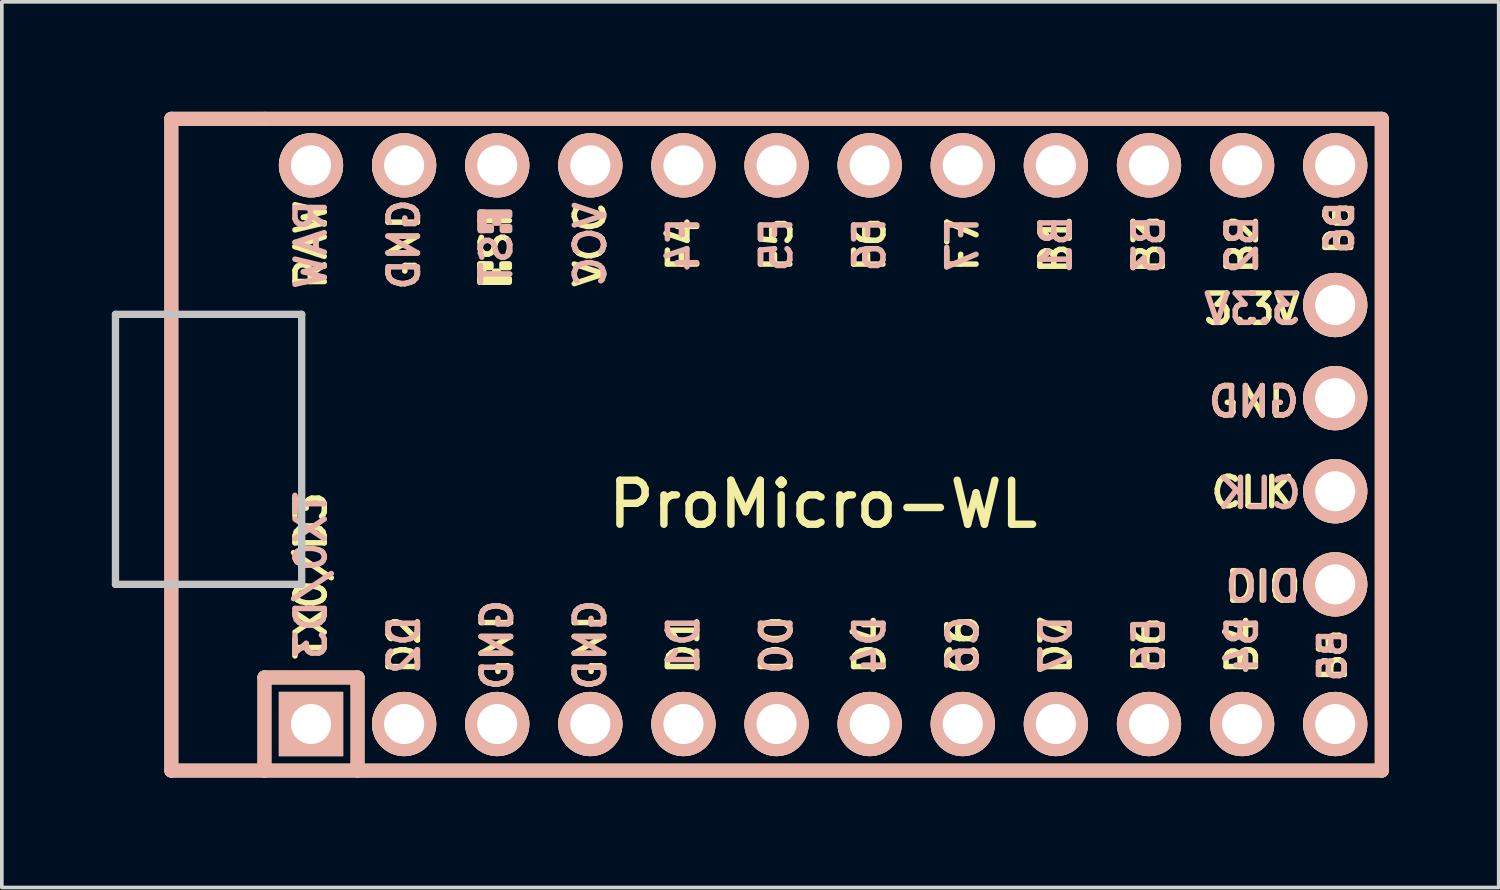
<source format=kicad_pcb>
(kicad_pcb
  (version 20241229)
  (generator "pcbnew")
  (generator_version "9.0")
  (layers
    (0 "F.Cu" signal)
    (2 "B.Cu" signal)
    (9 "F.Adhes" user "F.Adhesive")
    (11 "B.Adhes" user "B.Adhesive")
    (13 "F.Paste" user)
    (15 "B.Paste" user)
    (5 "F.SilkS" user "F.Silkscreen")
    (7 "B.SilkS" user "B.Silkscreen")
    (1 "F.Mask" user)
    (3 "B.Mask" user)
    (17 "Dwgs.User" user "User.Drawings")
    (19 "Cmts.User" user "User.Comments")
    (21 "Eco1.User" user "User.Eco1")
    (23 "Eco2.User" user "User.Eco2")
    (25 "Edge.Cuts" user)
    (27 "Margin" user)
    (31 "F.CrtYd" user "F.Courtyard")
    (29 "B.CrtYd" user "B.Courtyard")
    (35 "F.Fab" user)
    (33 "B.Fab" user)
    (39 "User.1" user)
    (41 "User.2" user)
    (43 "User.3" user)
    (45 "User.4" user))
  (footprint "ProMicro-WL"
    (layer "F.Cu")
    (at 19.404 9.081)
    (property "Reference" "ProMicro-WL" (at 0 1.625 0) (layer "F.SilkS") (effects (font (size 1.2 1.2) (thickness 0.203))))
    (attr through_hole)
    (fp_line (start -17.78 -8.89) (end -17.78 8.89) (stroke (width 0.381) (type solid)) (layer "F.SilkS"))
    (fp_line (start -17.78 8.89) (end -15.24 8.89) (stroke (width 0.381) (type solid)) (layer "F.SilkS"))
    (fp_line (start -15.24 -8.89) (end -17.78 -8.89) (stroke (width 0.381) (type solid)) (layer "F.SilkS"))
    (fp_line (start -15.24 6.35) (end -15.24 8.89) (stroke (width 0.381) (type solid)) (layer "F.SilkS"))
    (fp_line (start -15.24 6.35) (end -12.7 6.35) (stroke (width 0.381) (type solid)) (layer "F.SilkS"))
    (fp_line (start -15.24 8.89) (end 15.24 8.89) (stroke (width 0.381) (type solid)) (layer "F.SilkS"))
    (fp_line (start -12.7 6.35) (end -12.7 8.89) (stroke (width 0.381) (type solid)) (layer "F.SilkS"))
    (fp_line (start 15.24 -8.89) (end -15.24 -8.89) (stroke (width 0.381) (type solid)) (layer "F.SilkS"))
    (fp_line (start 15.24 8.89) (end 15.24 -8.89) (stroke (width 0.381) (type solid)) (layer "F.SilkS"))
    (fp_poly (pts (xy -9.361 -4.932) (xy -9.261 -4.932) (xy -9.261 -4.432) (xy -9.361 -4.432)) (stroke (width 0.15) (type solid)) (fill yes) (layer "F.SilkS"))
    (fp_poly (pts (xy -9.361 -4.932) (xy -9.061 -4.932) (xy -9.061 -4.832) (xy -9.361 -4.832)) (stroke (width 0.15) (type solid)) (fill yes) (layer "F.SilkS"))
    (fp_poly (pts (xy -9.361 -4.532) (xy -8.561 -4.532) (xy -8.561 -4.432) (xy -9.361 -4.432)) (stroke (width 0.15) (type solid)) (fill yes) (layer "F.SilkS"))
    (fp_poly (pts (xy -8.961 -4.732) (xy -8.861 -4.732) (xy -8.861 -4.632) (xy -8.961 -4.632)) (stroke (width 0.15) (type solid)) (fill yes) (layer "F.SilkS"))
    (fp_poly (pts (xy -8.761 -4.932) (xy -8.561 -4.932) (xy -8.561 -4.832) (xy -8.761 -4.832)) (stroke (width 0.15) (type solid)) (fill yes) (layer "F.SilkS"))
    (fp_line (start -17.78 -8.89) (end -17.78 8.89) (stroke (width 0.381) (type solid)) (layer "B.SilkS"))
    (fp_line (start -17.78 8.89) (end 15.24 8.89) (stroke (width 0.381) (type solid)) (layer "B.SilkS"))
    (fp_line (start -15.24 6.35) (end -15.24 8.89) (stroke (width 0.381) (type solid)) (layer "B.SilkS"))
    (fp_line (start -15.24 6.35) (end -12.7 6.35) (stroke (width 0.381) (type solid)) (layer "B.SilkS"))
    (fp_line (start -12.7 6.35) (end -12.7 8.89) (stroke (width 0.381) (type solid)) (layer "B.SilkS"))
    (fp_line (start 15.24 -8.89) (end -17.78 -8.89) (stroke (width 0.381) (type solid)) (layer "B.SilkS"))
    (fp_line (start 15.24 8.89) (end 15.24 -8.89) (stroke (width 0.381) (type solid)) (layer "B.SilkS"))
    (fp_poly (pts (xy -9.351 -6.245) (xy -8.551 -6.245) (xy -8.551 -6.345) (xy -9.351 -6.345)) (stroke (width 0.15) (type solid)) (fill yes) (layer "B.SilkS"))
    (fp_poly (pts (xy -9.351 -5.845) (xy -9.251 -5.845) (xy -9.251 -6.345) (xy -9.351 -6.345)) (stroke (width 0.15) (type solid)) (fill yes) (layer "B.SilkS"))
    (fp_poly (pts (xy -9.351 -5.845) (xy -9.051 -5.845) (xy -9.051 -5.945) (xy -9.351 -5.945)) (stroke (width 0.15) (type solid)) (fill yes) (layer "B.SilkS"))
    (fp_poly (pts (xy -8.951 -6.045) (xy -8.851 -6.045) (xy -8.851 -6.145) (xy -8.951 -6.145)) (stroke (width 0.15) (type solid)) (fill yes) (layer "B.SilkS"))
    (fp_poly (pts (xy -8.751 -5.845) (xy -8.551 -5.845) (xy -8.551 -5.945) (xy -8.751 -5.945)) (stroke (width 0.15) (type solid)) (fill yes) (layer "B.SilkS"))
    (fp_line (start -19.304 -3.556) (end -14.224 -3.556) (stroke (width 0.2) (type solid)) (layer "Dwgs.User"))
    (fp_line (start -19.304 3.81) (end -19.304 -3.556) (stroke (width 0.2) (type solid)) (layer "Dwgs.User"))
    (fp_line (start -14.224 -3.556) (end -14.224 3.81) (stroke (width 0.2) (type solid)) (layer "Dwgs.User"))
    (fp_line (start -14.224 3.81) (end -19.304 3.81) (stroke (width 0.2) (type solid)) (layer "Dwgs.User"))
    (fp_text user "F5" (at -1.27 -5.461 90) (layer "F.SilkS") (effects (font (size 0.8 0.8) (thickness 0.15))))
    (fp_text user "VCC" (at -6.35 -5.461 90) (layer "F.SilkS") (effects (font (size 0.8 0.8) (thickness 0.15))))
    (fp_text user "D4" (at 1.27 5.461 90) (layer "F.SilkS") (effects (font (size 0.8 0.8) (thickness 0.15))))
    (fp_text user "E6" (at 8.89 5.461 90) (layer "F.SilkS") (effects (font (size 0.8 0.8) (thickness 0.15))))
    (fp_text user "B2" (at 11.43 -5.461 90) (layer "F.SilkS") (effects (font (size 0.8 0.8) (thickness 0.15))))
    (fp_text user "ST" (at -8.92 -5.733 90) (layer "F.SilkS") (effects (font (size 0.8 0.8) (thickness 0.15))))
    (fp_text user "TX0/D3" (at -13.97 3.572 90) (layer "F.SilkS") (effects (font (size 0.8 0.8) (thickness 0.15))))
    (fp_text user "D0" (at -1.27 5.461 90) (layer "F.SilkS") (effects (font (size 0.8 0.8) (thickness 0.15))))
    (fp_text user "CLK" (at 11.725 1.3 0) (layer "F.SilkS") (effects (font (size 0.8 0.8) (thickness 0.15))))
    (fp_text user "B3" (at 8.89 -5.461 90) (layer "F.SilkS") (effects (font (size 0.8 0.8) (thickness 0.15))))
    (fp_text user "C6" (at 3.81 5.461 90) (layer "F.SilkS") (effects (font (size 0.8 0.8) (thickness 0.15))))
    (fp_text user "D1" (at -3.81 5.461 90) (layer "F.SilkS") (effects (font (size 0.8 0.8) (thickness 0.15))))
    (fp_text user "B4" (at 11.43 5.461 90) (layer "F.SilkS") (effects (font (size 0.8 0.8) (thickness 0.15))))
    (fp_text user "3.3V" (at 11.7 -3.7 180) (layer "F.SilkS") (effects (font (size 0.8 0.8) (thickness 0.15))))
    (fp_text user "GND" (at -11.43 -5.461 90) (layer "F.SilkS") (effects (font (size 0.8 0.8) (thickness 0.15))))
    (fp_text user "B1" (at 6.35 -5.461 90) (layer "F.SilkS") (effects (font (size 0.8 0.8) (thickness 0.15))))
    (fp_text user "GND" (at 11.75 -1.175 0) (layer "F.SilkS") (effects (font (size 0.8 0.8) (thickness 0.15))))
    (fp_text user "B5" (at 13.9 5.75 90) (layer "F.SilkS") (effects (font (size 0.7 0.7) (thickness 0.15))))
    (fp_text user "F7" (at 3.81 -5.461 90) (layer "F.SilkS") (effects (font (size 0.8 0.8) (thickness 0.15))))
    (fp_text user "B6" (at 14.075 -5.9 90) (unlocked yes) (layer "F.SilkS") (effects (font (size 0.7 0.7) (thickness 0.15))))
    (fp_text user "GND" (at -6.35 5.461 90) (layer "F.SilkS") (effects (font (size 0.8 0.8) (thickness 0.15))))
    (fp_text user "D2" (at -11.43 5.461 90) (layer "F.SilkS") (effects (font (size 0.8 0.8) (thickness 0.15))))
    (fp_text user "DIO" (at 12 3.875 0) (layer "F.SilkS") (effects (font (size 0.8 0.8) (thickness 0.15))))
    (fp_text user "RAW" (at -13.97 -5.461 90) (layer "F.SilkS") (effects (font (size 0.8 0.8) (thickness 0.15))))
    (fp_text user "F4" (at -3.81 -5.461 90) (layer "F.SilkS") (effects (font (size 0.8 0.8) (thickness 0.15))))
    (fp_text user "GND" (at -8.89 5.461 90) (layer "F.SilkS") (effects (font (size 0.8 0.8) (thickness 0.15))))
    (fp_text user "F6" (at 1.27 -5.461 90) (layer "F.SilkS") (effects (font (size 0.8 0.8) (thickness 0.15))))
    (fp_text user "D7" (at 6.35 5.461 90) (layer "F.SilkS") (effects (font (size 0.8 0.8) (thickness 0.15))))
    (fp_text user "GND" (at -11.43 -5.461 90) (layer "B.SilkS") (effects (font (size 0.8 0.8) (thickness 0.15)) (justify mirror)))
    (fp_text user "GND" (at 11.75 -1.175 0) (layer "B.SilkS") (effects (font (size 0.8 0.8) (thickness 0.15)) (justify mirror)))
    (fp_text user "F5" (at -1.27 -5.461 90) (layer "B.SilkS") (effects (font (size 0.8 0.8) (thickness 0.15)) (justify mirror)))
    (fp_text user "C6" (at 3.81 5.461 90) (layer "B.SilkS") (effects (font (size 0.8 0.8) (thickness 0.15)) (justify mirror)))
    (fp_text user "D4" (at 1.27 5.461 90) (layer "B.SilkS") (effects (font (size 0.8 0.8) (thickness 0.15)) (justify mirror)))
    (fp_text user "F6" (at 1.27 -5.461 90) (layer "B.SilkS") (effects (font (size 0.8 0.8) (thickness 0.15)) (justify mirror)))
    (fp_text user "B3" (at 8.89 -5.461 90) (layer "B.SilkS") (effects (font (size 0.8 0.8) (thickness 0.15)) (justify mirror)))
    (fp_text user "3.3V" (at 11.7 -3.7 180) (layer "B.SilkS") (effects (font (size 0.8 0.8) (thickness 0.15)) (justify mirror)))
    (fp_text user "D1" (at -3.81 5.461 90) (layer "B.SilkS") (effects (font (size 0.8 0.8) (thickness 0.15)) (justify mirror)))
    (fp_text user "B1" (at 6.35 -5.461 90) (layer "B.SilkS") (effects (font (size 0.8 0.8) (thickness 0.15)) (justify mirror)))
    (fp_text user "B5" (at 13.9 5.75 90) (layer "B.SilkS") (effects (font (size 0.7 0.7) (thickness 0.15)) (justify mirror)))
    (fp_text user "GND" (at -6.35 5.461 90) (layer "B.SilkS") (effects (font (size 0.8 0.8) (thickness 0.15)) (justify mirror)))
    (fp_text user "E6" (at 8.89 5.461 90) (layer "B.SilkS") (effects (font (size 0.8 0.8) (thickness 0.15)) (justify mirror)))
    (fp_text user "B4" (at 11.43 5.461 90) (layer "B.SilkS") (effects (font (size 0.8 0.8) (thickness 0.15)) (justify mirror)))
    (fp_text user "RAW" (at -13.97 -5.461 90) (layer "B.SilkS") (effects (font (size 0.8 0.8) (thickness 0.15)) (justify mirror)))
    (fp_text user "ST" (at -8.91 -5.04 90) (layer "B.SilkS") (effects (font (size 0.8 0.8) (thickness 0.15)) (justify mirror)))
    (fp_text user "D7" (at 6.35 5.461 90) (layer "B.SilkS") (effects (font (size 0.8 0.8) (thickness 0.15)) (justify mirror)))
    (fp_text user "B6" (at 14.1 -5.925 90) (unlocked yes) (layer "B.SilkS") (effects (font (size 0.7 0.7) (thickness 0.15)) (justify mirror)))
    (fp_text user "GND" (at -8.89 5.461 90) (layer "B.SilkS") (effects (font (size 0.8 0.8) (thickness 0.15)) (justify mirror)))
    (fp_text user "D2" (at -11.43 5.461 90) (layer "B.SilkS") (effects (font (size 0.8 0.8) (thickness 0.15)) (justify mirror)))
    (fp_text user "CLK" (at 11.9 1.325 0) (layer "B.SilkS") (effects (font (size 0.8 0.8) (thickness 0.15)) (justify mirror)))
    (fp_text user "VCC" (at -6.35 -5.461 90) (layer "B.SilkS") (effects (font (size 0.8 0.8) (thickness 0.15)) (justify mirror)))
    (fp_text user "TX0/D3" (at -13.97 3.572 90) (layer "B.SilkS") (effects (font (size 0.8 0.8) (thickness 0.15)) (justify mirror)))
    (fp_text user "F4" (at -3.81 -5.461 90) (layer "B.SilkS") (effects (font (size 0.8 0.8) (thickness 0.15)) (justify mirror)))
    (fp_text user "B2" (at 11.43 -5.461 90) (layer "B.SilkS") (effects (font (size 0.8 0.8) (thickness 0.15)) (justify mirror)))
    (fp_text user "F7" (at 3.81 -5.461 90) (layer "B.SilkS") (effects (font (size 0.8 0.8) (thickness 0.15)) (justify mirror)))
    (fp_text user "DIO" (at 12 3.875 180) (layer "B.SilkS") (effects (font (size 0.8 0.8) (thickness 0.15)) (justify mirror)))
    (fp_text user "D0" (at -1.27 5.461 90) (layer "B.SilkS") (effects (font (size 0.8 0.8) (thickness 0.15)) (justify mirror)))
    (pad "1" thru_hole rect (at -13.97 7.62) (size 1.753 1.753) (drill 1.092) (layers "*.Cu" "*.SilkS" "*.Mask"))
    (pad "2" thru_hole circle (at -11.43 7.62) (size 1.753 1.753) (drill 1.092) (layers "*.Cu" "*.SilkS" "*.Mask"))
    (pad "3" thru_hole circle (at -8.89 7.62) (size 1.753 1.753) (drill 1.092) (layers "*.Cu" "*.SilkS" "*.Mask"))
    (pad "4" thru_hole circle (at -6.35 7.62) (size 1.753 1.753) (drill 1.092) (layers "*.Cu" "*.SilkS" "*.Mask"))
    (pad "5" thru_hole circle (at -3.81 7.62) (size 1.753 1.753) (drill 1.092) (layers "*.Cu" "*.SilkS" "*.Mask"))
    (pad "6" thru_hole circle (at -1.27 7.62) (size 1.753 1.753) (drill 1.092) (layers "*.Cu" "*.SilkS" "*.Mask"))
    (pad "7" thru_hole circle (at 1.27 7.62) (size 1.753 1.753) (drill 1.092) (layers "*.Cu" "*.SilkS" "*.Mask"))
    (pad "8" thru_hole circle (at 3.81 7.62) (size 1.753 1.753) (drill 1.092) (layers "*.Cu" "*.SilkS" "*.Mask"))
    (pad "9" thru_hole circle (at 6.35 7.62) (size 1.753 1.753) (drill 1.092) (layers "*.Cu" "*.SilkS" "*.Mask"))
    (pad "10" thru_hole circle (at 8.89 7.62) (size 1.753 1.753) (drill 1.092) (layers "*.Cu" "*.SilkS" "*.Mask"))
    (pad "11" thru_hole circle (at 11.43 7.62) (size 1.753 1.753) (drill 1.092) (layers "*.Cu" "*.SilkS" "*.Mask"))
    (pad "12" thru_hole circle (at 13.97 7.62) (size 1.753 1.753) (drill 1.092) (layers "*.Cu" "*.SilkS" "*.Mask"))
    (pad "13" thru_hole circle (at 13.97 -7.62) (size 1.753 1.753) (drill 1.092) (layers "*.Cu" "*.SilkS" "*.Mask"))
    (pad "14" thru_hole circle (at 11.43 -7.62) (size 1.753 1.753) (drill 1.092) (layers "*.Cu" "*.SilkS" "*.Mask"))
    (pad "15" thru_hole circle (at 8.89 -7.62) (size 1.753 1.753) (drill 1.092) (layers "*.Cu" "*.SilkS" "*.Mask"))
    (pad "16" thru_hole circle (at 6.35 -7.62) (size 1.753 1.753) (drill 1.092) (layers "*.Cu" "*.SilkS" "*.Mask"))
    (pad "17" thru_hole circle (at 3.81 -7.62) (size 1.753 1.753) (drill 1.092) (layers "*.Cu" "*.SilkS" "*.Mask"))
    (pad "18" thru_hole circle (at 1.27 -7.62) (size 1.753 1.753) (drill 1.092) (layers "*.Cu" "*.SilkS" "*.Mask"))
    (pad "19" thru_hole circle (at -1.27 -7.62) (size 1.753 1.753) (drill 1.092) (layers "*.Cu" "*.SilkS" "*.Mask"))
    (pad "20" thru_hole circle (at -3.81 -7.62) (size 1.753 1.753) (drill 1.092) (layers "*.Cu" "*.SilkS" "*.Mask"))
    (pad "21" thru_hole circle (at -6.35 -7.62) (size 1.753 1.753) (drill 1.092) (layers "*.Cu" "*.SilkS" "*.Mask"))
    (pad "22" thru_hole circle (at -8.89 -7.62) (size 1.753 1.753) (drill 1.092) (layers "*.Cu" "*.SilkS" "*.Mask"))
    (pad "23" thru_hole circle (at -11.43 -7.62) (size 1.753 1.753) (drill 1.092) (layers "*.Cu" "*.SilkS" "*.Mask"))
    (pad "24" thru_hole circle (at -13.97 -7.62) (size 1.753 1.753) (drill 1.092) (layers "*.Cu" "*.SilkS" "*.Mask"))
    (pad "25" thru_hole circle (at 13.97 3.81) (size 1.753 1.753) (drill 1.092) (layers "*.Cu" "*.SilkS" "*.Mask"))
    (pad "26" thru_hole circle (at 13.97 1.27) (size 1.753 1.753) (drill 1.092) (layers "*.Cu" "*.SilkS" "*.Mask"))
    (pad "27" thru_hole circle (at 13.97 -1.27) (size 1.753 1.753) (drill 1.092) (layers "*.Cu" "*.SilkS" "*.Mask"))
    (pad "28" thru_hole circle (at 13.97 -3.81) (size 1.753 1.753) (drill 1.092) (layers "*.Cu" "*.SilkS" "*.Mask")))
  (gr_rect
    (start -3 -3)
    (end 37.834 21.161)
    (stroke (width 0.1) (type default))
    (fill no)
    (layer "Edge.Cuts")))
</source>
